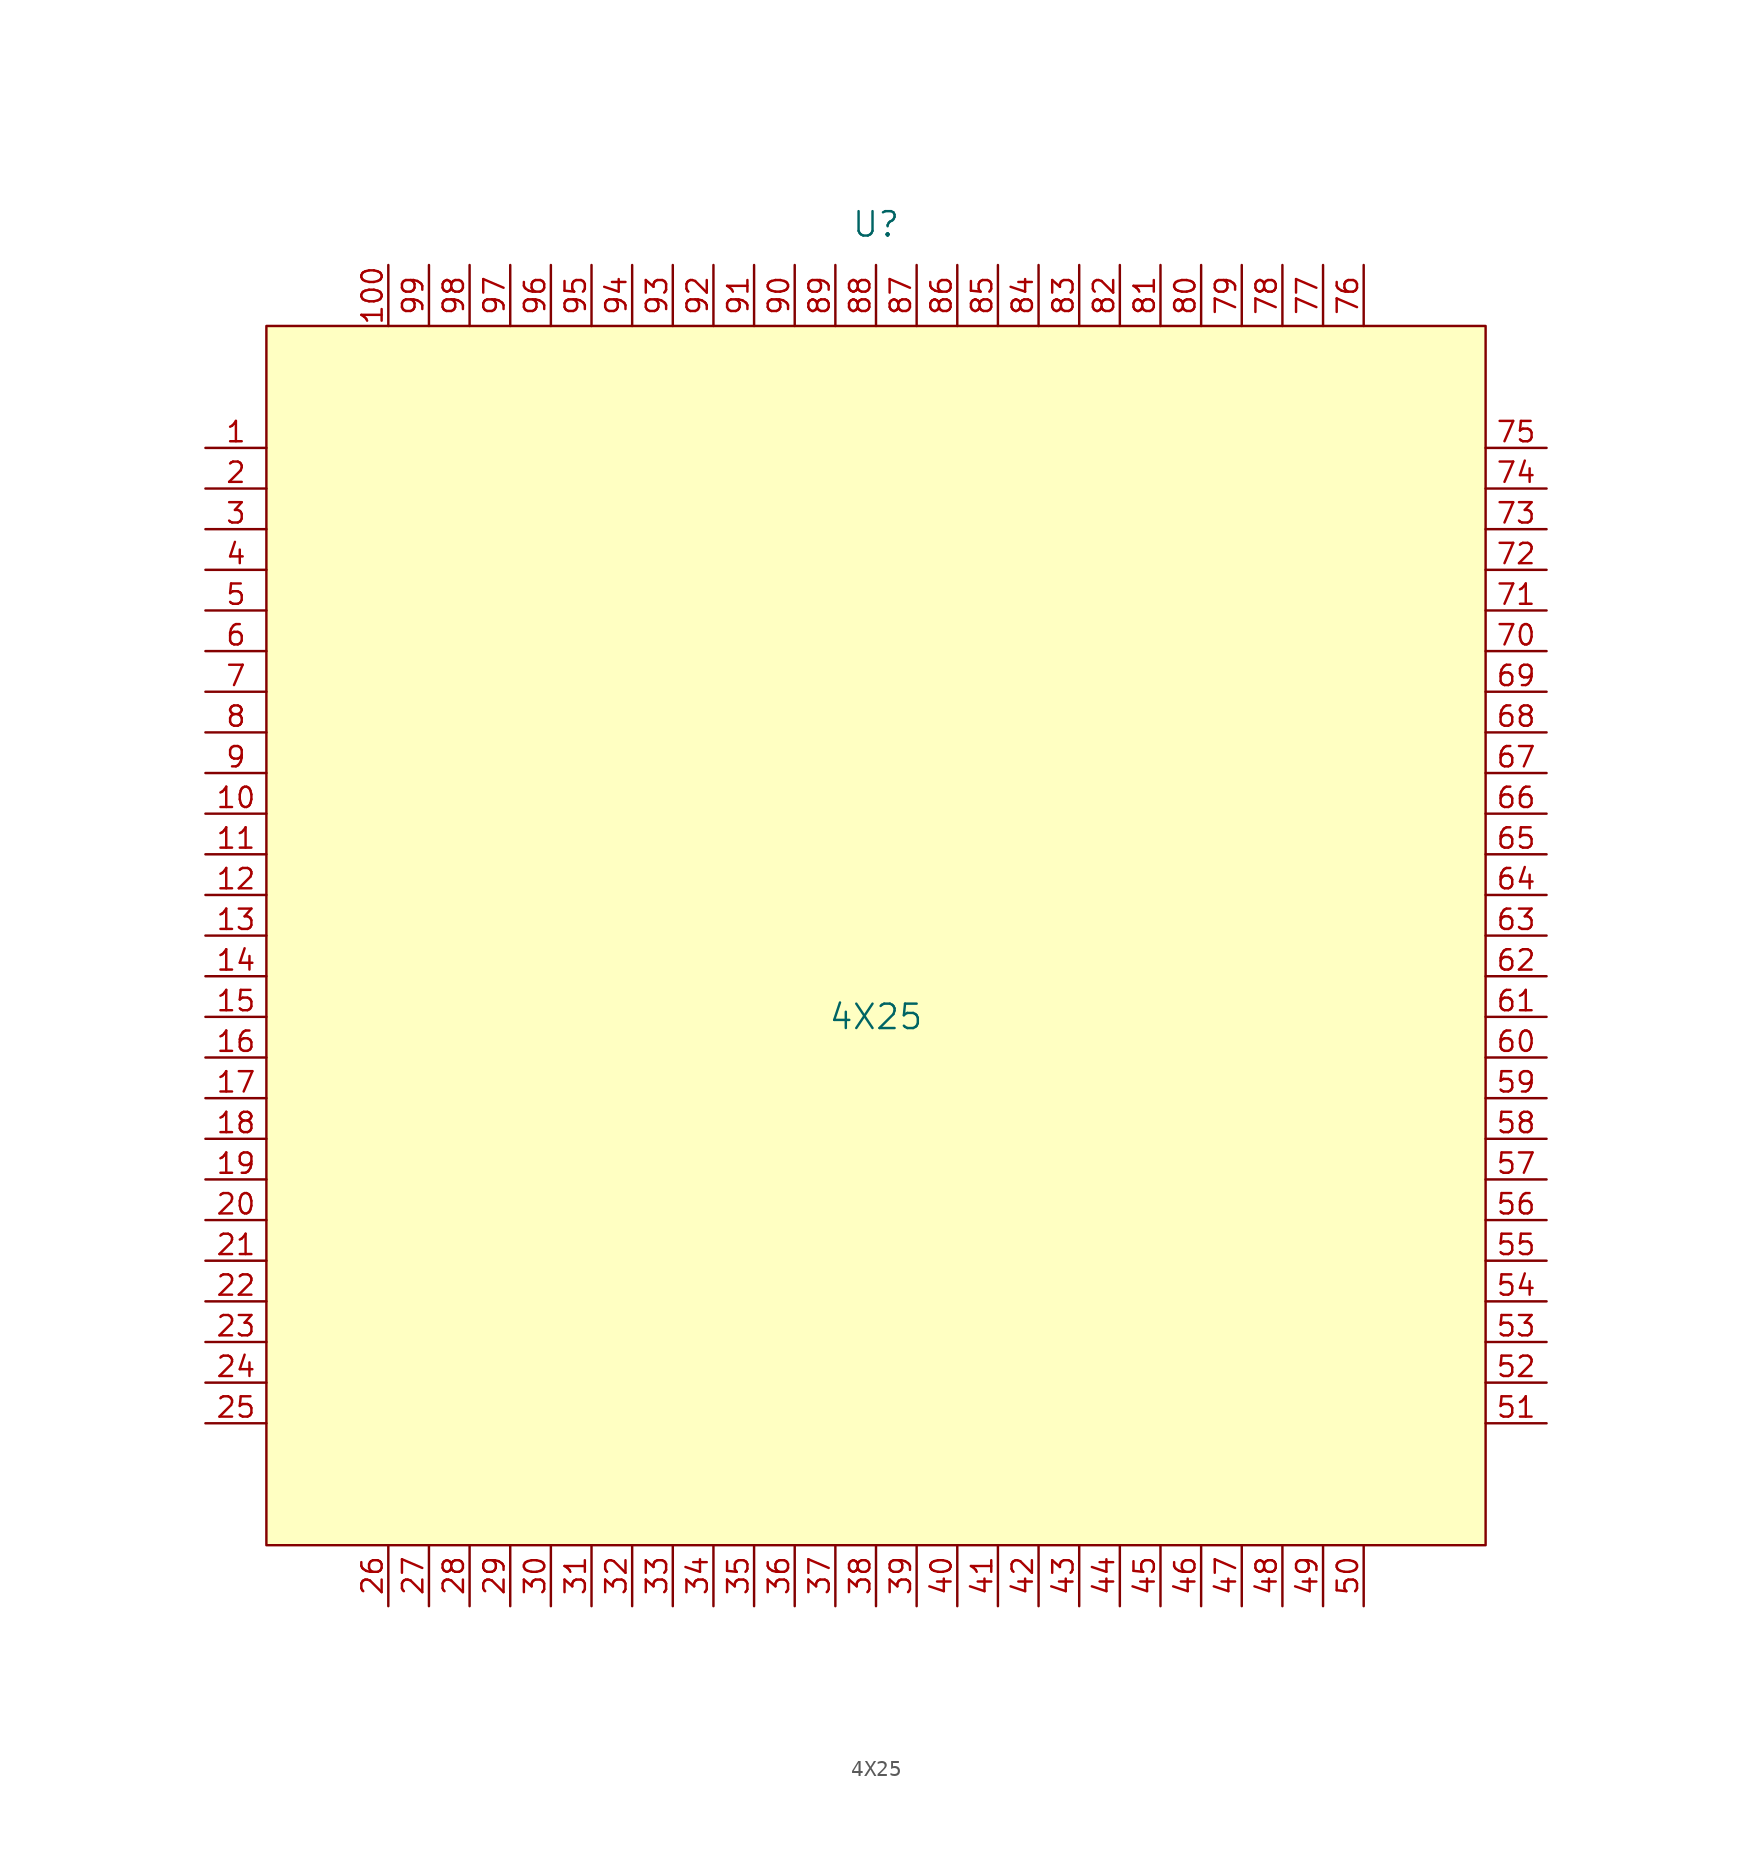
<source format=kicad_sym>
(kicad_symbol_lib
  (version 20220914)
  (generator kicad_symbol_editor)
  (symbol "4X25"
    (pin_names
      (offset 0.254))
    (property "Reference" "U"
      (at 0 44.45 0)
      (effects (font (size 1.524 1.524))))
    (property "Value" "4X25"
      (at 0 -5.08 0)
      (effects (font (size 1.524 1.524))))
    (property "Footprint" ""
      (at 0 0 0)
      (effects (font (size 1.524 1.524))))
    (property "Datasheet" ""
      (at 0 0 0)
      (effects (font (size 1.524 1.524))))
    (symbol "4X25_0_1"
      (rectangle (start -38.1 38.1) (end 38.1 -38.1) (stroke (width 0) (type default)) (fill (type background))))
    (symbol "4X25_1_1"
      (pin input line (at -41.91 30.48 0) (length 3.81) (name "~" (effects (font (size 1.27 1.27)))) (number "1" (effects (font (size 1.27 1.27)))))
      (pin input line (at -41.91 7.62 0) (length 3.81) (name "~" (effects (font (size 1.27 1.27)))) (number "10" (effects (font (size 1.27 1.27)))))
      (pin input line (at -30.48 41.91 270) (length 3.81) (name "~" (effects (font (size 1.27 1.27)))) (number "100" (effects (font (size 1.27 1.27)))))
      (pin input line (at -41.91 5.08 0) (length 3.81) (name "~" (effects (font (size 1.27 1.27)))) (number "11" (effects (font (size 1.27 1.27)))))
      (pin input line (at -41.91 2.54 0) (length 3.81) (name "~" (effects (font (size 1.27 1.27)))) (number "12" (effects (font (size 1.27 1.27)))))
      (pin input line (at -41.91 0 0) (length 3.81) (name "~" (effects (font (size 1.27 1.27)))) (number "13" (effects (font (size 1.27 1.27)))))
      (pin input line (at -41.91 -2.54 0) (length 3.81) (name "~" (effects (font (size 1.27 1.27)))) (number "14" (effects (font (size 1.27 1.27)))))
      (pin input line (at -41.91 -5.08 0) (length 3.81) (name "~" (effects (font (size 1.27 1.27)))) (number "15" (effects (font (size 1.27 1.27)))))
      (pin input line (at -41.91 -7.62 0) (length 3.81) (name "~" (effects (font (size 1.27 1.27)))) (number "16" (effects (font (size 1.27 1.27)))))
      (pin input line (at -41.91 -10.16 0) (length 3.81) (name "~" (effects (font (size 1.27 1.27)))) (number "17" (effects (font (size 1.27 1.27)))))
      (pin input line (at -41.91 -12.7 0) (length 3.81) (name "~" (effects (font (size 1.27 1.27)))) (number "18" (effects (font (size 1.27 1.27)))))
      (pin input line (at -41.91 -15.24 0) (length 3.81) (name "~" (effects (font (size 1.27 1.27)))) (number "19" (effects (font (size 1.27 1.27)))))
      (pin input line (at -41.91 27.94 0) (length 3.81) (name "~" (effects (font (size 1.27 1.27)))) (number "2" (effects (font (size 1.27 1.27)))))
      (pin input line (at -41.91 -17.78 0) (length 3.81) (name "~" (effects (font (size 1.27 1.27)))) (number "20" (effects (font (size 1.27 1.27)))))
      (pin input line (at -41.91 -20.32 0) (length 3.81) (name "~" (effects (font (size 1.27 1.27)))) (number "21" (effects (font (size 1.27 1.27)))))
      (pin input line (at -41.91 -22.86 0) (length 3.81) (name "~" (effects (font (size 1.27 1.27)))) (number "22" (effects (font (size 1.27 1.27)))))
      (pin input line (at -41.91 -25.4 0) (length 3.81) (name "~" (effects (font (size 1.27 1.27)))) (number "23" (effects (font (size 1.27 1.27)))))
      (pin input line (at -41.91 -27.94 0) (length 3.81) (name "~" (effects (font (size 1.27 1.27)))) (number "24" (effects (font (size 1.27 1.27)))))
      (pin input line (at -41.91 -30.48 0) (length 3.81) (name "~" (effects (font (size 1.27 1.27)))) (number "25" (effects (font (size 1.27 1.27)))))
      (pin input line (at -30.48 -41.91 90) (length 3.81) (name "~" (effects (font (size 1.27 1.27)))) (number "26" (effects (font (size 1.27 1.27)))))
      (pin input line (at -27.94 -41.91 90) (length 3.81) (name "~" (effects (font (size 1.27 1.27)))) (number "27" (effects (font (size 1.27 1.27)))))
      (pin input line (at -25.4 -41.91 90) (length 3.81) (name "~" (effects (font (size 1.27 1.27)))) (number "28" (effects (font (size 1.27 1.27)))))
      (pin input line (at -22.86 -41.91 90) (length 3.81) (name "~" (effects (font (size 1.27 1.27)))) (number "29" (effects (font (size 1.27 1.27)))))
      (pin input line (at -41.91 25.4 0) (length 3.81) (name "~" (effects (font (size 1.27 1.27)))) (number "3" (effects (font (size 1.27 1.27)))))
      (pin input line (at -20.32 -41.91 90) (length 3.81) (name "~" (effects (font (size 1.27 1.27)))) (number "30" (effects (font (size 1.27 1.27)))))
      (pin input line (at -17.78 -41.91 90) (length 3.81) (name "~" (effects (font (size 1.27 1.27)))) (number "31" (effects (font (size 1.27 1.27)))))
      (pin input line (at -15.24 -41.91 90) (length 3.81) (name "~" (effects (font (size 1.27 1.27)))) (number "32" (effects (font (size 1.27 1.27)))))
      (pin input line (at -12.7 -41.91 90) (length 3.81) (name "~" (effects (font (size 1.27 1.27)))) (number "33" (effects (font (size 1.27 1.27)))))
      (pin input line (at -10.16 -41.91 90) (length 3.81) (name "~" (effects (font (size 1.27 1.27)))) (number "34" (effects (font (size 1.27 1.27)))))
      (pin input line (at -7.62 -41.91 90) (length 3.81) (name "~" (effects (font (size 1.27 1.27)))) (number "35" (effects (font (size 1.27 1.27)))))
      (pin input line (at -5.08 -41.91 90) (length 3.81) (name "~" (effects (font (size 1.27 1.27)))) (number "36" (effects (font (size 1.27 1.27)))))
      (pin input line (at -2.54 -41.91 90) (length 3.81) (name "~" (effects (font (size 1.27 1.27)))) (number "37" (effects (font (size 1.27 1.27)))))
      (pin input line (at 0 -41.91 90) (length 3.81) (name "~" (effects (font (size 1.27 1.27)))) (number "38" (effects (font (size 1.27 1.27)))))
      (pin input line (at 2.54 -41.91 90) (length 3.81) (name "~" (effects (font (size 1.27 1.27)))) (number "39" (effects (font (size 1.27 1.27)))))
      (pin input line (at -41.91 22.86 0) (length 3.81) (name "~" (effects (font (size 1.27 1.27)))) (number "4" (effects (font (size 1.27 1.27)))))
      (pin input line (at 5.08 -41.91 90) (length 3.81) (name "~" (effects (font (size 1.27 1.27)))) (number "40" (effects (font (size 1.27 1.27)))))
      (pin input line (at 7.62 -41.91 90) (length 3.81) (name "~" (effects (font (size 1.27 1.27)))) (number "41" (effects (font (size 1.27 1.27)))))
      (pin input line (at 10.16 -41.91 90) (length 3.81) (name "~" (effects (font (size 1.27 1.27)))) (number "42" (effects (font (size 1.27 1.27)))))
      (pin input line (at 12.7 -41.91 90) (length 3.81) (name "~" (effects (font (size 1.27 1.27)))) (number "43" (effects (font (size 1.27 1.27)))))
      (pin input line (at 15.24 -41.91 90) (length 3.81) (name "~" (effects (font (size 1.27 1.27)))) (number "44" (effects (font (size 1.27 1.27)))))
      (pin input line (at 17.78 -41.91 90) (length 3.81) (name "~" (effects (font (size 1.27 1.27)))) (number "45" (effects (font (size 1.27 1.27)))))
      (pin input line (at 20.32 -41.91 90) (length 3.81) (name "~" (effects (font (size 1.27 1.27)))) (number "46" (effects (font (size 1.27 1.27)))))
      (pin input line (at 22.86 -41.91 90) (length 3.81) (name "~" (effects (font (size 1.27 1.27)))) (number "47" (effects (font (size 1.27 1.27)))))
      (pin input line (at 25.4 -41.91 90) (length 3.81) (name "~" (effects (font (size 1.27 1.27)))) (number "48" (effects (font (size 1.27 1.27)))))
      (pin input line (at 27.94 -41.91 90) (length 3.81) (name "~" (effects (font (size 1.27 1.27)))) (number "49" (effects (font (size 1.27 1.27)))))
      (pin input line (at -41.91 20.32 0) (length 3.81) (name "~" (effects (font (size 1.27 1.27)))) (number "5" (effects (font (size 1.27 1.27)))))
      (pin input line (at 30.48 -41.91 90) (length 3.81) (name "~" (effects (font (size 1.27 1.27)))) (number "50" (effects (font (size 1.27 1.27)))))
      (pin input line (at 41.91 -30.48 180) (length 3.81) (name "~" (effects (font (size 1.27 1.27)))) (number "51" (effects (font (size 1.27 1.27)))))
      (pin input line (at 41.91 -27.94 180) (length 3.81) (name "~" (effects (font (size 1.27 1.27)))) (number "52" (effects (font (size 1.27 1.27)))))
      (pin input line (at 41.91 -25.4 180) (length 3.81) (name "~" (effects (font (size 1.27 1.27)))) (number "53" (effects (font (size 1.27 1.27)))))
      (pin input line (at 41.91 -22.86 180) (length 3.81) (name "~" (effects (font (size 1.27 1.27)))) (number "54" (effects (font (size 1.27 1.27)))))
      (pin input line (at 41.91 -20.32 180) (length 3.81) (name "~" (effects (font (size 1.27 1.27)))) (number "55" (effects (font (size 1.27 1.27)))))
      (pin input line (at 41.91 -17.78 180) (length 3.81) (name "~" (effects (font (size 1.27 1.27)))) (number "56" (effects (font (size 1.27 1.27)))))
      (pin input line (at 41.91 -15.24 180) (length 3.81) (name "~" (effects (font (size 1.27 1.27)))) (number "57" (effects (font (size 1.27 1.27)))))
      (pin input line (at 41.91 -12.7 180) (length 3.81) (name "~" (effects (font (size 1.27 1.27)))) (number "58" (effects (font (size 1.27 1.27)))))
      (pin input line (at 41.91 -10.16 180) (length 3.81) (name "~" (effects (font (size 1.27 1.27)))) (number "59" (effects (font (size 1.27 1.27)))))
      (pin input line (at -41.91 17.78 0) (length 3.81) (name "~" (effects (font (size 1.27 1.27)))) (number "6" (effects (font (size 1.27 1.27)))))
      (pin input line (at 41.91 -7.62 180) (length 3.81) (name "~" (effects (font (size 1.27 1.27)))) (number "60" (effects (font (size 1.27 1.27)))))
      (pin input line (at 41.91 -5.08 180) (length 3.81) (name "~" (effects (font (size 1.27 1.27)))) (number "61" (effects (font (size 1.27 1.27)))))
      (pin input line (at 41.91 -2.54 180) (length 3.81) (name "~" (effects (font (size 1.27 1.27)))) (number "62" (effects (font (size 1.27 1.27)))))
      (pin input line (at 41.91 0 180) (length 3.81) (name "~" (effects (font (size 1.27 1.27)))) (number "63" (effects (font (size 1.27 1.27)))))
      (pin input line (at 41.91 2.54 180) (length 3.81) (name "~" (effects (font (size 1.27 1.27)))) (number "64" (effects (font (size 1.27 1.27)))))
      (pin input line (at 41.91 5.08 180) (length 3.81) (name "~" (effects (font (size 1.27 1.27)))) (number "65" (effects (font (size 1.27 1.27)))))
      (pin input line (at 41.91 7.62 180) (length 3.81) (name "~" (effects (font (size 1.27 1.27)))) (number "66" (effects (font (size 1.27 1.27)))))
      (pin input line (at 41.91 10.16 180) (length 3.81) (name "~" (effects (font (size 1.27 1.27)))) (number "67" (effects (font (size 1.27 1.27)))))
      (pin input line (at 41.91 12.7 180) (length 3.81) (name "~" (effects (font (size 1.27 1.27)))) (number "68" (effects (font (size 1.27 1.27)))))
      (pin input line (at 41.91 15.24 180) (length 3.81) (name "~" (effects (font (size 1.27 1.27)))) (number "69" (effects (font (size 1.27 1.27)))))
      (pin input line (at -41.91 15.24 0) (length 3.81) (name "~" (effects (font (size 1.27 1.27)))) (number "7" (effects (font (size 1.27 1.27)))))
      (pin input line (at 41.91 17.78 180) (length 3.81) (name "~" (effects (font (size 1.27 1.27)))) (number "70" (effects (font (size 1.27 1.27)))))
      (pin input line (at 41.91 20.32 180) (length 3.81) (name "~" (effects (font (size 1.27 1.27)))) (number "71" (effects (font (size 1.27 1.27)))))
      (pin input line (at 41.91 22.86 180) (length 3.81) (name "~" (effects (font (size 1.27 1.27)))) (number "72" (effects (font (size 1.27 1.27)))))
      (pin input line (at 41.91 25.4 180) (length 3.81) (name "~" (effects (font (size 1.27 1.27)))) (number "73" (effects (font (size 1.27 1.27)))))
      (pin input line (at 41.91 27.94 180) (length 3.81) (name "~" (effects (font (size 1.27 1.27)))) (number "74" (effects (font (size 1.27 1.27)))))
      (pin input line (at 41.91 30.48 180) (length 3.81) (name "~" (effects (font (size 1.27 1.27)))) (number "75" (effects (font (size 1.27 1.27)))))
      (pin input line (at 30.48 41.91 270) (length 3.81) (name "~" (effects (font (size 1.27 1.27)))) (number "76" (effects (font (size 1.27 1.27)))))
      (pin input line (at 27.94 41.91 270) (length 3.81) (name "~" (effects (font (size 1.27 1.27)))) (number "77" (effects (font (size 1.27 1.27)))))
      (pin input line (at 25.4 41.91 270) (length 3.81) (name "~" (effects (font (size 1.27 1.27)))) (number "78" (effects (font (size 1.27 1.27)))))
      (pin input line (at 22.86 41.91 270) (length 3.81) (name "~" (effects (font (size 1.27 1.27)))) (number "79" (effects (font (size 1.27 1.27)))))
      (pin input line (at -41.91 12.7 0) (length 3.81) (name "~" (effects (font (size 1.27 1.27)))) (number "8" (effects (font (size 1.27 1.27)))))
      (pin input line (at 20.32 41.91 270) (length 3.81) (name "~" (effects (font (size 1.27 1.27)))) (number "80" (effects (font (size 1.27 1.27)))))
      (pin input line (at 17.78 41.91 270) (length 3.81) (name "~" (effects (font (size 1.27 1.27)))) (number "81" (effects (font (size 1.27 1.27)))))
      (pin input line (at 15.24 41.91 270) (length 3.81) (name "~" (effects (font (size 1.27 1.27)))) (number "82" (effects (font (size 1.27 1.27)))))
      (pin input line (at 12.7 41.91 270) (length 3.81) (name "~" (effects (font (size 1.27 1.27)))) (number "83" (effects (font (size 1.27 1.27)))))
      (pin input line (at 10.16 41.91 270) (length 3.81) (name "~" (effects (font (size 1.27 1.27)))) (number "84" (effects (font (size 1.27 1.27)))))
      (pin input line (at 7.62 41.91 270) (length 3.81) (name "~" (effects (font (size 1.27 1.27)))) (number "85" (effects (font (size 1.27 1.27)))))
      (pin input line (at 5.08 41.91 270) (length 3.81) (name "~" (effects (font (size 1.27 1.27)))) (number "86" (effects (font (size 1.27 1.27)))))
      (pin input line (at 2.54 41.91 270) (length 3.81) (name "~" (effects (font (size 1.27 1.27)))) (number "87" (effects (font (size 1.27 1.27)))))
      (pin input line (at 0 41.91 270) (length 3.81) (name "~" (effects (font (size 1.27 1.27)))) (number "88" (effects (font (size 1.27 1.27)))))
      (pin input line (at -2.54 41.91 270) (length 3.81) (name "~" (effects (font (size 1.27 1.27)))) (number "89" (effects (font (size 1.27 1.27)))))
      (pin input line (at -41.91 10.16 0) (length 3.81) (name "~" (effects (font (size 1.27 1.27)))) (number "9" (effects (font (size 1.27 1.27)))))
      (pin input line (at -5.08 41.91 270) (length 3.81) (name "~" (effects (font (size 1.27 1.27)))) (number "90" (effects (font (size 1.27 1.27)))))
      (pin input line (at -7.62 41.91 270) (length 3.81) (name "~" (effects (font (size 1.27 1.27)))) (number "91" (effects (font (size 1.27 1.27)))))
      (pin input line (at -10.16 41.91 270) (length 3.81) (name "~" (effects (font (size 1.27 1.27)))) (number "92" (effects (font (size 1.27 1.27)))))
      (pin input line (at -12.7 41.91 270) (length 3.81) (name "~" (effects (font (size 1.27 1.27)))) (number "93" (effects (font (size 1.27 1.27)))))
      (pin input line (at -15.24 41.91 270) (length 3.81) (name "~" (effects (font (size 1.27 1.27)))) (number "94" (effects (font (size 1.27 1.27)))))
      (pin input line (at -17.78 41.91 270) (length 3.81) (name "~" (effects (font (size 1.27 1.27)))) (number "95" (effects (font (size 1.27 1.27)))))
      (pin input line (at -20.32 41.91 270) (length 3.81) (name "~" (effects (font (size 1.27 1.27)))) (number "96" (effects (font (size 1.27 1.27)))))
      (pin input line (at -22.86 41.91 270) (length 3.81) (name "~" (effects (font (size 1.27 1.27)))) (number "97" (effects (font (size 1.27 1.27)))))
      (pin input line (at -25.4 41.91 270) (length 3.81) (name "~" (effects (font (size 1.27 1.27)))) (number "98" (effects (font (size 1.27 1.27)))))
      (pin input line (at -27.94 41.91 270) (length 3.81) (name "~" (effects (font (size 1.27 1.27)))) (number "99" (effects (font (size 1.27 1.27))))))))
</source>
